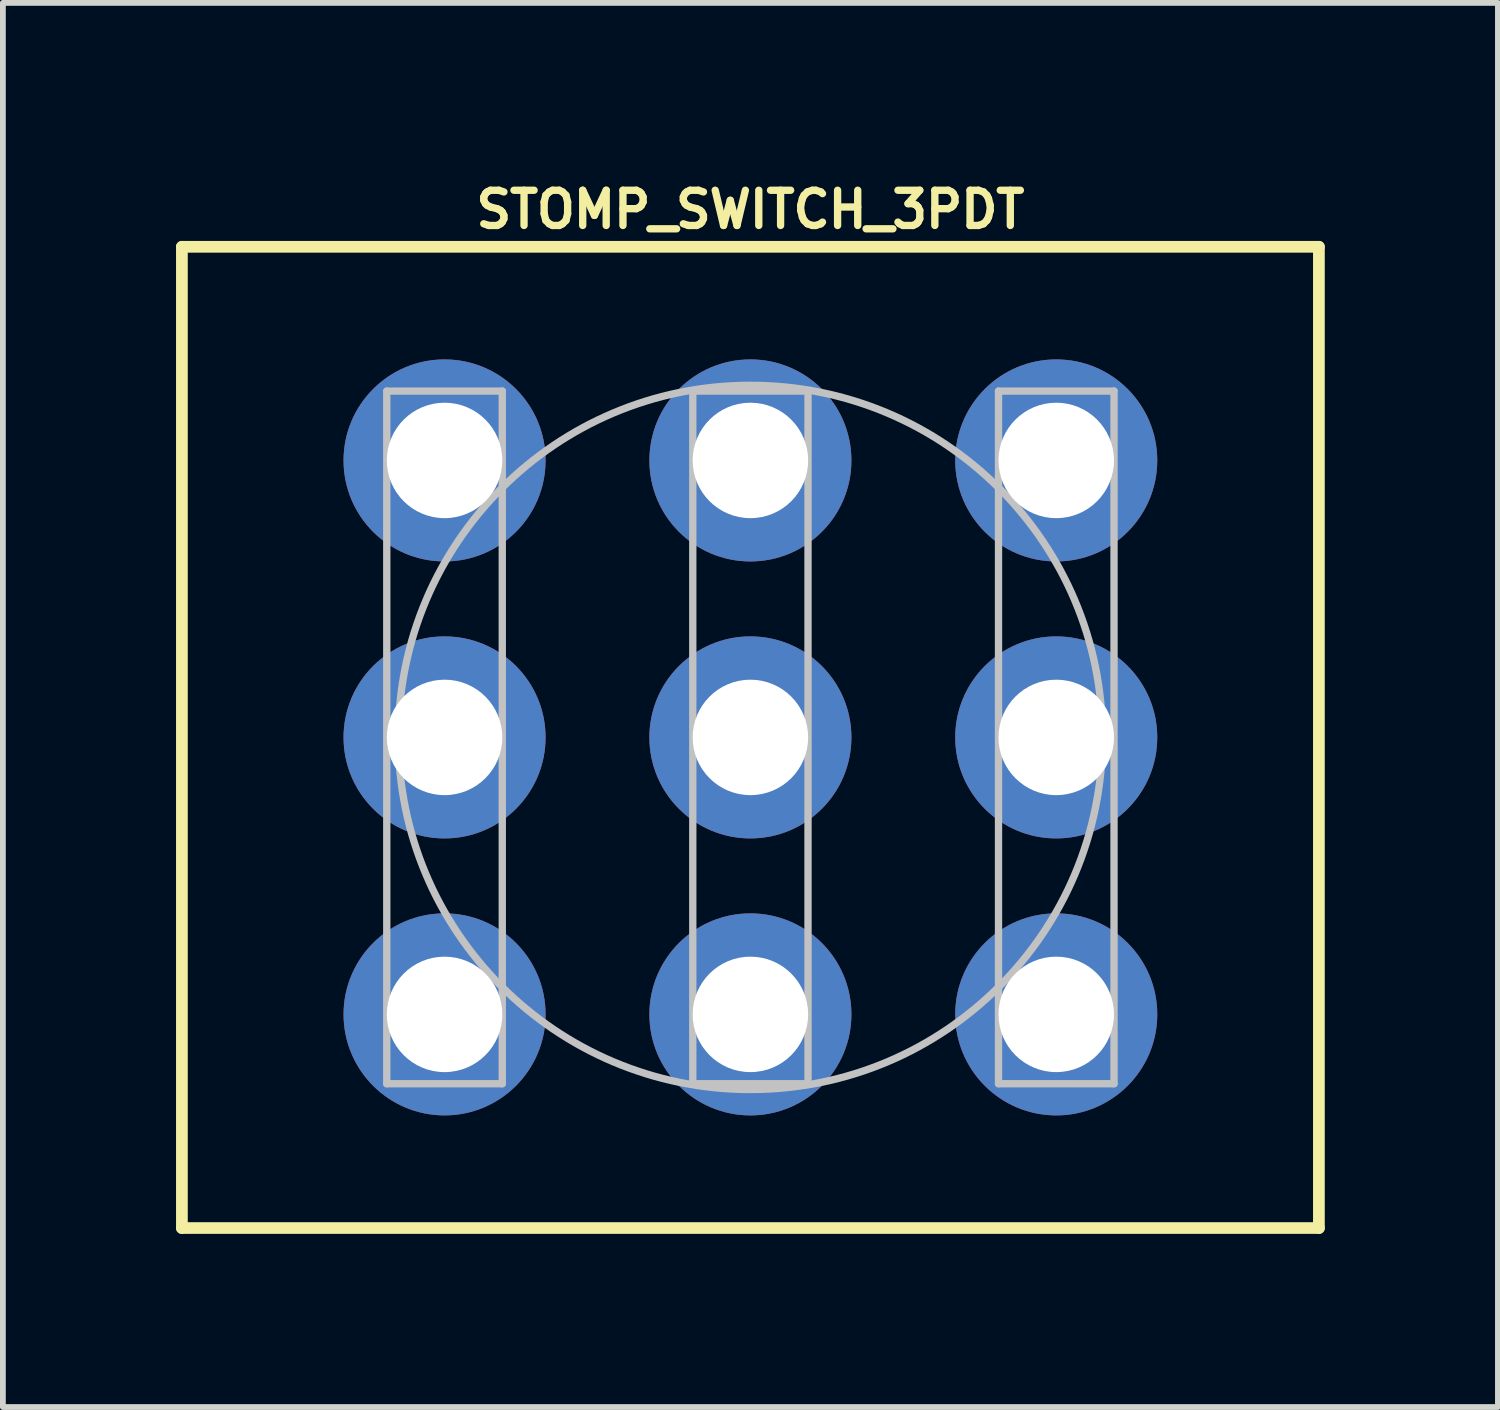
<source format=kicad_pcb>
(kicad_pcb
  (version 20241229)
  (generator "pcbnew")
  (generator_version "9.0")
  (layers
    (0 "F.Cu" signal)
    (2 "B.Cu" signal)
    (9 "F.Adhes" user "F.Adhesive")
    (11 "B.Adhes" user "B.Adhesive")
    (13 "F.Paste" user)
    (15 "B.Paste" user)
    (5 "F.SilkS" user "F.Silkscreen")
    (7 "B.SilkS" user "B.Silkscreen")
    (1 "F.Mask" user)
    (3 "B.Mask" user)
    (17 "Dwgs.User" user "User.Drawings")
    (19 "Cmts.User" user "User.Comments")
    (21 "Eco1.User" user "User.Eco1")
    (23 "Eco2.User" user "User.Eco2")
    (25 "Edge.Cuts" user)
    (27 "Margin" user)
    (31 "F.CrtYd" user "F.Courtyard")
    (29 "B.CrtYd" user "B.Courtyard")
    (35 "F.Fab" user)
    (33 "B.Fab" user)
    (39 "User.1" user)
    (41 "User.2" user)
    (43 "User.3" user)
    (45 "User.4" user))
  (footprint "STOMP_SWITCH_3PDT"
    (layer "F.Cu")
    (at 9.949 9.724)
    (property "Reference" "STOMP_SWITCH_3PDT" (at 0 -9.144 0) (layer "F.SilkS") (effects (font (size 0.61 0.61) (thickness 0.127))))
    (attr exclude_from_pos_files exclude_from_bom)
    (fp_line (start -9.848 -8.499) (end 9.848 -8.499) (stroke (width 0.203) (type solid)) (layer "F.SilkS"))
    (fp_line (start -9.848 8.499) (end -9.848 -8.499) (stroke (width 0.203) (type solid)) (layer "F.SilkS"))
    (fp_line (start 9.848 -8.499) (end 9.848 8.499) (stroke (width 0.203) (type solid)) (layer "F.SilkS"))
    (fp_line (start 9.848 8.499) (end -9.848 8.499) (stroke (width 0.203) (type solid)) (layer "F.SilkS"))
    (fp_line (start -6.299 -5.999) (end -6.299 5.999) (stroke (width 0.127) (type solid)) (layer "Dwgs.User"))
    (fp_line (start -6.299 5.999) (end -4.298 5.999) (stroke (width 0.127) (type solid)) (layer "Dwgs.User"))
    (fp_line (start -4.298 -5.999) (end -6.299 -5.999) (stroke (width 0.127) (type solid)) (layer "Dwgs.User"))
    (fp_line (start -4.298 5.999) (end -4.298 -5.999) (stroke (width 0.127) (type solid)) (layer "Dwgs.User"))
    (fp_line (start -0.998 -5.999) (end 0.998 -5.999) (stroke (width 0.127) (type solid)) (layer "Dwgs.User"))
    (fp_line (start -0.998 5.999) (end -0.998 -5.999) (stroke (width 0.127) (type solid)) (layer "Dwgs.User"))
    (fp_line (start 0.998 -5.999) (end 0.998 5.999) (stroke (width 0.127) (type solid)) (layer "Dwgs.User"))
    (fp_line (start 0.998 5.999) (end -0.998 5.999) (stroke (width 0.127) (type solid)) (layer "Dwgs.User"))
    (fp_line (start 4.298 -5.999) (end 4.298 5.999) (stroke (width 0.127) (type solid)) (layer "Dwgs.User"))
    (fp_line (start 4.298 5.999) (end 6.299 5.999) (stroke (width 0.127) (type solid)) (layer "Dwgs.User"))
    (fp_line (start 6.299 -5.999) (end 4.298 -5.999) (stroke (width 0.127) (type solid)) (layer "Dwgs.User"))
    (fp_line (start 6.299 5.999) (end 6.299 -5.999) (stroke (width 0.127) (type solid)) (layer "Dwgs.User"))
    (fp_circle (center 0 0) (end 0 -6.099) (stroke (width 0.127) (type solid)) (fill no) (layer "Dwgs.User"))
    (pad "P$1" thru_hole circle (at -5.298 -4.798) (size 3.5 3.5) (drill 2) (layers "*.Cu" "*.Mask"))
    (pad "P$2" thru_hole circle (at -5.298 0) (size 3.5 3.5) (drill 2) (layers "*.Cu" "*.Mask"))
    (pad "P$3" thru_hole circle (at -5.298 4.798) (size 3.5 3.5) (drill 2) (layers "*.Cu" "*.Mask"))
    (pad "P$4" thru_hole circle (at 0 -4.798) (size 3.5 3.5) (drill 2) (layers "*.Cu" "*.Mask"))
    (pad "P$5" thru_hole circle (at 0 0) (size 3.5 3.5) (drill 2) (layers "*.Cu" "*.Mask"))
    (pad "P$6" thru_hole circle (at 0 4.798) (size 3.5 3.5) (drill 2) (layers "*.Cu" "*.Mask"))
    (pad "P$7" thru_hole circle (at 5.298 -4.798) (size 3.5 3.5) (drill 2) (layers "*.Cu" "*.Mask"))
    (pad "P$8" thru_hole circle (at 5.298 0) (size 3.5 3.5) (drill 2) (layers "*.Cu" "*.Mask"))
    (pad "P$9" thru_hole circle (at 5.298 4.798) (size 3.5 3.5) (drill 2) (layers "*.Cu" "*.Mask")))
  (gr_rect
    (start -3 -3)
    (end 22.898 21.324)
    (stroke (width 0.1) (type default))
    (fill no)
    (layer "Edge.Cuts")))
</source>
